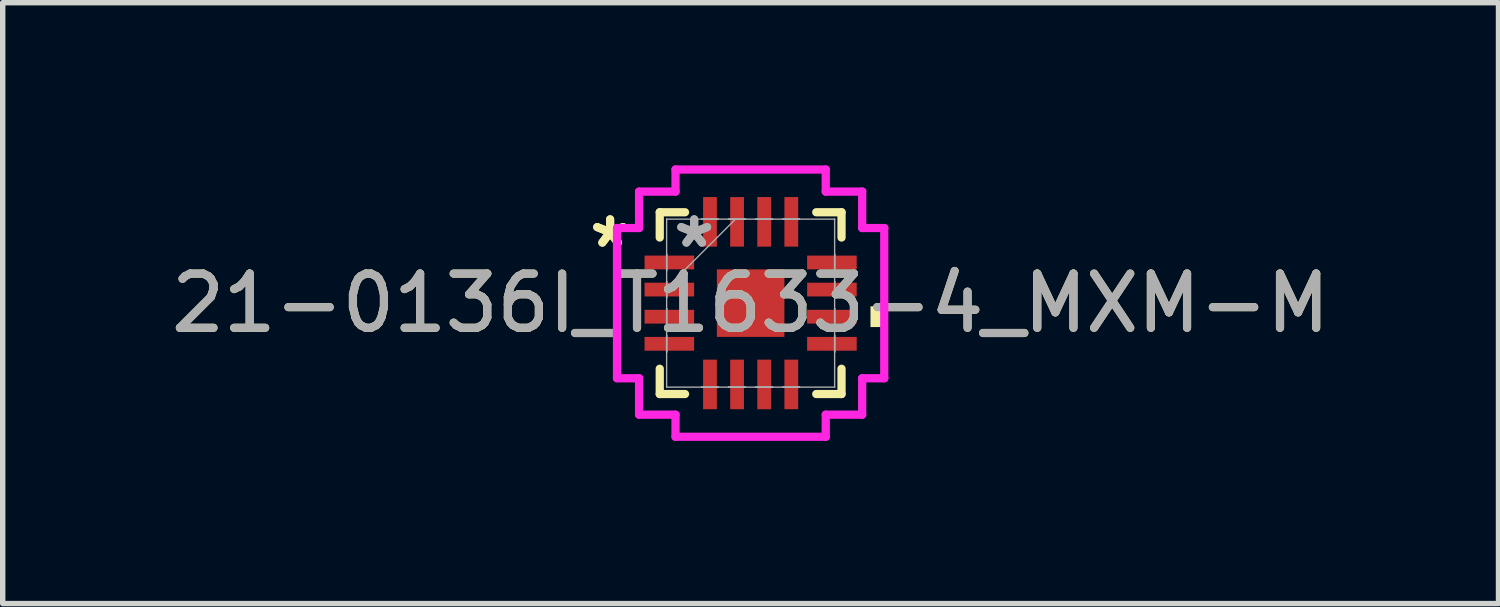
<source format=kicad_pcb>
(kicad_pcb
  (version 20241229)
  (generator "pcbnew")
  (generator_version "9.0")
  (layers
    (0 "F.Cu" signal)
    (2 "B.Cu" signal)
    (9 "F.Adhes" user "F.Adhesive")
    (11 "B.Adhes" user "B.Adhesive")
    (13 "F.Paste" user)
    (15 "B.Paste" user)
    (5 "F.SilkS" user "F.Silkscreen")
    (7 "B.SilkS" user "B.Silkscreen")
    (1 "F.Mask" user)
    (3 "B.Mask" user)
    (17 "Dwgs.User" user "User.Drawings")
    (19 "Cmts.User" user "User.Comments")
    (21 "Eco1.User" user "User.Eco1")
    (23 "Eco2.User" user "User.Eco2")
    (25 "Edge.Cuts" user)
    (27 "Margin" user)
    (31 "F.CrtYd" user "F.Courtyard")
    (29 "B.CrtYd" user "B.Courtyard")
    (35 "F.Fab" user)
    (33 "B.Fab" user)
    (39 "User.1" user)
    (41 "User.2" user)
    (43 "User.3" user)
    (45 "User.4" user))
  (footprint "21-0136I_T1633-4_MXM-M"
    (layer "F.Cu")
    (at 10.792 2.54)
    (property "Reference" "21-0136I_T1633-4_MXM-M" (at 0 0 0) (unlocked yes) (layer "F.SilkS") (effects (font (size 1 1) (thickness 0.15))))
    (attr smd)
    (fp_line (start -1.676 -1.676) (end -1.676 -1.21) (stroke (width 0.152) (type solid)) (layer "F.SilkS"))
    (fp_line (start -1.676 1.21) (end -1.676 1.676) (stroke (width 0.152) (type solid)) (layer "F.SilkS"))
    (fp_line (start -1.676 1.676) (end -1.21 1.676) (stroke (width 0.152) (type solid)) (layer "F.SilkS"))
    (fp_line (start -1.21 -1.676) (end -1.676 -1.676) (stroke (width 0.152) (type solid)) (layer "F.SilkS"))
    (fp_line (start 1.21 1.676) (end 1.676 1.676) (stroke (width 0.152) (type solid)) (layer "F.SilkS"))
    (fp_line (start 1.676 -1.676) (end 1.21 -1.676) (stroke (width 0.152) (type solid)) (layer "F.SilkS"))
    (fp_line (start 1.676 -1.21) (end 1.676 -1.676) (stroke (width 0.152) (type solid)) (layer "F.SilkS"))
    (fp_line (start 1.676 1.676) (end 1.676 1.21) (stroke (width 0.152) (type solid)) (layer "F.SilkS"))
    (fp_poly (pts (xy 2.464 0.059) (xy 2.464 0.441) (xy 2.21 0.441) (xy 2.21 0.059)) (stroke (width 0) (type solid)) (fill yes) (layer "F.SilkS"))
    (fp_line (start -2.464 -1.385) (end -2.057 -1.385) (stroke (width 0.152) (type solid)) (layer "F.CrtYd"))
    (fp_line (start -2.464 1.385) (end -2.464 -1.385) (stroke (width 0.152) (type solid)) (layer "F.CrtYd"))
    (fp_line (start -2.057 -2.057) (end -1.385 -2.057) (stroke (width 0.152) (type solid)) (layer "F.CrtYd"))
    (fp_line (start -2.057 -1.385) (end -2.057 -2.057) (stroke (width 0.152) (type solid)) (layer "F.CrtYd"))
    (fp_line (start -2.057 1.385) (end -2.464 1.385) (stroke (width 0.152) (type solid)) (layer "F.CrtYd"))
    (fp_line (start -2.057 2.057) (end -2.057 1.385) (stroke (width 0.152) (type solid)) (layer "F.CrtYd"))
    (fp_line (start -1.385 -2.464) (end 1.385 -2.464) (stroke (width 0.152) (type solid)) (layer "F.CrtYd"))
    (fp_line (start -1.385 -2.057) (end -1.385 -2.464) (stroke (width 0.152) (type solid)) (layer "F.CrtYd"))
    (fp_line (start -1.385 2.057) (end -2.057 2.057) (stroke (width 0.152) (type solid)) (layer "F.CrtYd"))
    (fp_line (start -1.385 2.464) (end -1.385 2.057) (stroke (width 0.152) (type solid)) (layer "F.CrtYd"))
    (fp_line (start 1.385 -2.464) (end 1.385 -2.057) (stroke (width 0.152) (type solid)) (layer "F.CrtYd"))
    (fp_line (start 1.385 -2.057) (end 2.057 -2.057) (stroke (width 0.152) (type solid)) (layer "F.CrtYd"))
    (fp_line (start 1.385 2.057) (end 1.385 2.464) (stroke (width 0.152) (type solid)) (layer "F.CrtYd"))
    (fp_line (start 1.385 2.464) (end -1.385 2.464) (stroke (width 0.152) (type solid)) (layer "F.CrtYd"))
    (fp_line (start 2.057 -2.057) (end 2.057 -1.385) (stroke (width 0.152) (type solid)) (layer "F.CrtYd"))
    (fp_line (start 2.057 -1.385) (end 2.464 -1.385) (stroke (width 0.152) (type solid)) (layer "F.CrtYd"))
    (fp_line (start 2.057 1.385) (end 2.057 2.057) (stroke (width 0.152) (type solid)) (layer "F.CrtYd"))
    (fp_line (start 2.057 2.057) (end 1.385 2.057) (stroke (width 0.152) (type solid)) (layer "F.CrtYd"))
    (fp_line (start 2.464 -1.385) (end 2.464 1.385) (stroke (width 0.152) (type solid)) (layer "F.CrtYd"))
    (fp_line (start 2.464 1.385) (end 2.057 1.385) (stroke (width 0.152) (type solid)) (layer "F.CrtYd"))
    (fp_line (start -1.549 -1.549) (end -1.549 -1.549) (stroke (width 0.025) (type solid)) (layer "F.Fab"))
    (fp_line (start -1.549 -1.549) (end -1.549 1.549) (stroke (width 0.025) (type solid)) (layer "F.Fab"))
    (fp_line (start -1.549 -0.902) (end -1.549 -0.902) (stroke (width 0.025) (type solid)) (layer "F.Fab"))
    (fp_line (start -1.549 -0.902) (end -1.549 -0.598) (stroke (width 0.025) (type solid)) (layer "F.Fab"))
    (fp_line (start -1.549 -0.598) (end -1.549 -0.902) (stroke (width 0.025) (type solid)) (layer "F.Fab"))
    (fp_line (start -1.549 -0.598) (end -1.549 -0.598) (stroke (width 0.025) (type solid)) (layer "F.Fab"))
    (fp_line (start -1.549 -0.402) (end -1.549 -0.402) (stroke (width 0.025) (type solid)) (layer "F.Fab"))
    (fp_line (start -1.549 -0.402) (end -1.549 -0.098) (stroke (width 0.025) (type solid)) (layer "F.Fab"))
    (fp_line (start -1.549 -0.279) (end -0.279 -1.549) (stroke (width 0.025) (type solid)) (layer "F.Fab"))
    (fp_line (start -1.549 -0.098) (end -1.549 -0.402) (stroke (width 0.025) (type solid)) (layer "F.Fab"))
    (fp_line (start -1.549 -0.098) (end -1.549 -0.098) (stroke (width 0.025) (type solid)) (layer "F.Fab"))
    (fp_line (start -1.549 0.098) (end -1.549 0.098) (stroke (width 0.025) (type solid)) (layer "F.Fab"))
    (fp_line (start -1.549 0.098) (end -1.549 0.402) (stroke (width 0.025) (type solid)) (layer "F.Fab"))
    (fp_line (start -1.549 0.402) (end -1.549 0.098) (stroke (width 0.025) (type solid)) (layer "F.Fab"))
    (fp_line (start -1.549 0.402) (end -1.549 0.402) (stroke (width 0.025) (type solid)) (layer "F.Fab"))
    (fp_line (start -1.549 0.598) (end -1.549 0.598) (stroke (width 0.025) (type solid)) (layer "F.Fab"))
    (fp_line (start -1.549 0.598) (end -1.549 0.902) (stroke (width 0.025) (type solid)) (layer "F.Fab"))
    (fp_line (start -1.549 0.902) (end -1.549 0.598) (stroke (width 0.025) (type solid)) (layer "F.Fab"))
    (fp_line (start -1.549 0.902) (end -1.549 0.902) (stroke (width 0.025) (type solid)) (layer "F.Fab"))
    (fp_line (start -1.549 1.549) (end -1.549 1.549) (stroke (width 0.025) (type solid)) (layer "F.Fab"))
    (fp_line (start -1.549 1.549) (end 1.549 1.549) (stroke (width 0.025) (type solid)) (layer "F.Fab"))
    (fp_line (start -0.902 -1.549) (end -0.902 -1.549) (stroke (width 0.025) (type solid)) (layer "F.Fab"))
    (fp_line (start -0.902 -1.549) (end -0.598 -1.549) (stroke (width 0.025) (type solid)) (layer "F.Fab"))
    (fp_line (start -0.902 1.549) (end -0.902 1.549) (stroke (width 0.025) (type solid)) (layer "F.Fab"))
    (fp_line (start -0.902 1.549) (end -0.598 1.549) (stroke (width 0.025) (type solid)) (layer "F.Fab"))
    (fp_line (start -0.598 -1.549) (end -0.902 -1.549) (stroke (width 0.025) (type solid)) (layer "F.Fab"))
    (fp_line (start -0.598 -1.549) (end -0.598 -1.549) (stroke (width 0.025) (type solid)) (layer "F.Fab"))
    (fp_line (start -0.598 1.549) (end -0.902 1.549) (stroke (width 0.025) (type solid)) (layer "F.Fab"))
    (fp_line (start -0.598 1.549) (end -0.598 1.549) (stroke (width 0.025) (type solid)) (layer "F.Fab"))
    (fp_line (start -0.402 -1.549) (end -0.402 -1.549) (stroke (width 0.025) (type solid)) (layer "F.Fab"))
    (fp_line (start -0.402 -1.549) (end -0.098 -1.549) (stroke (width 0.025) (type solid)) (layer "F.Fab"))
    (fp_line (start -0.402 1.549) (end -0.402 1.549) (stroke (width 0.025) (type solid)) (layer "F.Fab"))
    (fp_line (start -0.402 1.549) (end -0.098 1.549) (stroke (width 0.025) (type solid)) (layer "F.Fab"))
    (fp_line (start -0.098 -1.549) (end -0.402 -1.549) (stroke (width 0.025) (type solid)) (layer "F.Fab"))
    (fp_line (start -0.098 -1.549) (end -0.098 -1.549) (stroke (width 0.025) (type solid)) (layer "F.Fab"))
    (fp_line (start -0.098 1.549) (end -0.402 1.549) (stroke (width 0.025) (type solid)) (layer "F.Fab"))
    (fp_line (start -0.098 1.549) (end -0.098 1.549) (stroke (width 0.025) (type solid)) (layer "F.Fab"))
    (fp_line (start 0.098 -1.549) (end 0.098 -1.549) (stroke (width 0.025) (type solid)) (layer "F.Fab"))
    (fp_line (start 0.098 -1.549) (end 0.402 -1.549) (stroke (width 0.025) (type solid)) (layer "F.Fab"))
    (fp_line (start 0.098 1.549) (end 0.098 1.549) (stroke (width 0.025) (type solid)) (layer "F.Fab"))
    (fp_line (start 0.098 1.549) (end 0.402 1.549) (stroke (width 0.025) (type solid)) (layer "F.Fab"))
    (fp_line (start 0.402 -1.549) (end 0.098 -1.549) (stroke (width 0.025) (type solid)) (layer "F.Fab"))
    (fp_line (start 0.402 -1.549) (end 0.402 -1.549) (stroke (width 0.025) (type solid)) (layer "F.Fab"))
    (fp_line (start 0.402 1.549) (end 0.098 1.549) (stroke (width 0.025) (type solid)) (layer "F.Fab"))
    (fp_line (start 0.402 1.549) (end 0.402 1.549) (stroke (width 0.025) (type solid)) (layer "F.Fab"))
    (fp_line (start 0.598 -1.549) (end 0.598 -1.549) (stroke (width 0.025) (type solid)) (layer "F.Fab"))
    (fp_line (start 0.598 -1.549) (end 0.902 -1.549) (stroke (width 0.025) (type solid)) (layer "F.Fab"))
    (fp_line (start 0.598 1.549) (end 0.598 1.549) (stroke (width 0.025) (type solid)) (layer "F.Fab"))
    (fp_line (start 0.598 1.549) (end 0.902 1.549) (stroke (width 0.025) (type solid)) (layer "F.Fab"))
    (fp_line (start 0.902 -1.549) (end 0.598 -1.549) (stroke (width 0.025) (type solid)) (layer "F.Fab"))
    (fp_line (start 0.902 -1.549) (end 0.902 -1.549) (stroke (width 0.025) (type solid)) (layer "F.Fab"))
    (fp_line (start 0.902 1.549) (end 0.598 1.549) (stroke (width 0.025) (type solid)) (layer "F.Fab"))
    (fp_line (start 0.902 1.549) (end 0.902 1.549) (stroke (width 0.025) (type solid)) (layer "F.Fab"))
    (fp_line (start 1.549 -1.549) (end -1.549 -1.549) (stroke (width 0.025) (type solid)) (layer "F.Fab"))
    (fp_line (start 1.549 -1.549) (end 1.549 -1.549) (stroke (width 0.025) (type solid)) (layer "F.Fab"))
    (fp_line (start 1.549 -0.902) (end 1.549 -0.902) (stroke (width 0.025) (type solid)) (layer "F.Fab"))
    (fp_line (start 1.549 -0.902) (end 1.549 -0.598) (stroke (width 0.025) (type solid)) (layer "F.Fab"))
    (fp_line (start 1.549 -0.598) (end 1.549 -0.902) (stroke (width 0.025) (type solid)) (layer "F.Fab"))
    (fp_line (start 1.549 -0.598) (end 1.549 -0.598) (stroke (width 0.025) (type solid)) (layer "F.Fab"))
    (fp_line (start 1.549 -0.402) (end 1.549 -0.402) (stroke (width 0.025) (type solid)) (layer "F.Fab"))
    (fp_line (start 1.549 -0.402) (end 1.549 -0.098) (stroke (width 0.025) (type solid)) (layer "F.Fab"))
    (fp_line (start 1.549 -0.098) (end 1.549 -0.402) (stroke (width 0.025) (type solid)) (layer "F.Fab"))
    (fp_line (start 1.549 -0.098) (end 1.549 -0.098) (stroke (width 0.025) (type solid)) (layer "F.Fab"))
    (fp_line (start 1.549 0.098) (end 1.549 0.098) (stroke (width 0.025) (type solid)) (layer "F.Fab"))
    (fp_line (start 1.549 0.098) (end 1.549 0.402) (stroke (width 0.025) (type solid)) (layer "F.Fab"))
    (fp_line (start 1.549 0.402) (end 1.549 0.098) (stroke (width 0.025) (type solid)) (layer "F.Fab"))
    (fp_line (start 1.549 0.402) (end 1.549 0.402) (stroke (width 0.025) (type solid)) (layer "F.Fab"))
    (fp_line (start 1.549 0.598) (end 1.549 0.598) (stroke (width 0.025) (type solid)) (layer "F.Fab"))
    (fp_line (start 1.549 0.598) (end 1.549 0.902) (stroke (width 0.025) (type solid)) (layer "F.Fab"))
    (fp_line (start 1.549 0.902) (end 1.549 0.598) (stroke (width 0.025) (type solid)) (layer "F.Fab"))
    (fp_line (start 1.549 0.902) (end 1.549 0.902) (stroke (width 0.025) (type solid)) (layer "F.Fab"))
    (fp_line (start 1.549 1.549) (end 1.549 -1.549) (stroke (width 0.025) (type solid)) (layer "F.Fab"))
    (fp_line (start 1.549 1.549) (end 1.549 1.549) (stroke (width 0.025) (type solid)) (layer "F.Fab"))
    (fp_text user "*" (at -2.591 -1 0) (unlocked yes) (layer "F.SilkS") (effects (font (size 1 1) (thickness 0.15))))
    (fp_text user "*" (at -2.591 -1 0) (layer "F.SilkS") (effects (font (size 1 1) (thickness 0.15))))
    (fp_text user "*" (at -1.041 -1 0) (unlocked yes) (layer "F.Fab") (effects (font (size 1 1) (thickness 0.15))))
    (fp_text user "*" (at -1.041 -1 0) (layer "F.Fab") (effects (font (size 1 1) (thickness 0.15))))
    (fp_text user "${REFERENCE}" (at 0 0 0) (unlocked yes) (layer "F.Fab") (effects (font (size 1 1) (thickness 0.15))))
    (pad "1" smd rect (at -1.499 -0.75 90) (size 0.254 0.914) (layers "F.Cu" "F.Mask" "F.Paste"))
    (pad "2" smd rect (at -1.499 -0.25 90) (size 0.254 0.914) (layers "F.Cu" "F.Mask" "F.Paste"))
    (pad "3" smd rect (at -1.499 0.25 90) (size 0.254 0.914) (layers "F.Cu" "F.Mask" "F.Paste"))
    (pad "4" smd rect (at -1.499 0.75 90) (size 0.254 0.914) (layers "F.Cu" "F.Mask" "F.Paste"))
    (pad "5" smd rect (at -0.75 1.499) (size 0.254 0.914) (layers "F.Cu" "F.Mask" "F.Paste"))
    (pad "6" smd rect (at -0.25 1.499) (size 0.254 0.914) (layers "F.Cu" "F.Mask" "F.Paste"))
    (pad "7" smd rect (at 0.25 1.499) (size 0.254 0.914) (layers "F.Cu" "F.Mask" "F.Paste"))
    (pad "8" smd rect (at 0.75 1.499) (size 0.254 0.914) (layers "F.Cu" "F.Mask" "F.Paste"))
    (pad "9" smd rect (at 1.499 0.75 90) (size 0.254 0.914) (layers "F.Cu" "F.Mask" "F.Paste"))
    (pad "10" smd rect (at 1.499 0.25 90) (size 0.254 0.914) (layers "F.Cu" "F.Mask" "F.Paste"))
    (pad "11" smd rect (at 1.499 -0.25 90) (size 0.254 0.914) (layers "F.Cu" "F.Mask" "F.Paste"))
    (pad "12" smd rect (at 1.499 -0.75 90) (size 0.254 0.914) (layers "F.Cu" "F.Mask" "F.Paste"))
    (pad "13" smd rect (at 0.75 -1.499) (size 0.254 0.914) (layers "F.Cu" "F.Mask" "F.Paste"))
    (pad "14" smd rect (at 0.25 -1.499) (size 0.254 0.914) (layers "F.Cu" "F.Mask" "F.Paste"))
    (pad "15" smd rect (at -0.25 -1.499) (size 0.254 0.914) (layers "F.Cu" "F.Mask" "F.Paste"))
    (pad "16" smd rect (at -0.75 -1.499) (size 0.254 0.914) (layers "F.Cu" "F.Mask" "F.Paste"))
    (pad "17" smd rect (at 0 0) (size 1.245 1.245) (layers "F.Cu" "F.Mask" "F.Paste")))
  (gr_rect
    (start -3 -3)
    (end 24.583 8.08)
    (stroke (width 0.1) (type default))
    (fill no)
    (layer "Edge.Cuts")))
</source>
